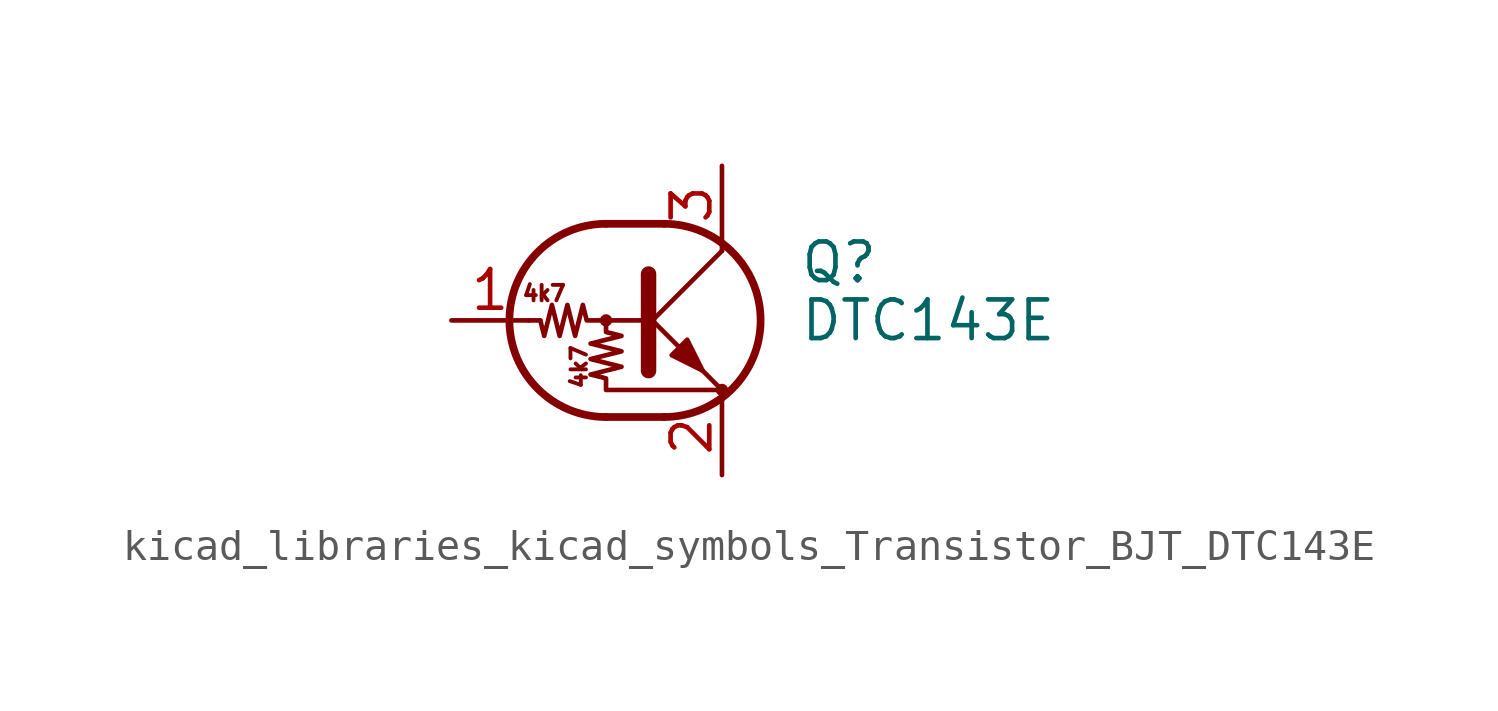
<source format=kicad_sym>
(kicad_symbol_lib
  (version 20220914)
  (generator kicad_symbol_editor)
  (symbol "kicad_libraries_kicad_symbols_Transistor_BJT_DTC143E"
    (pin_names
      (offset 0) hide)
    (property "Reference" "Q"
      (at 5.08 1.905 0)
      (effects (font (size 1.27 1.27)) (justify left)))
    (property "Value" "DTC143E"
      (at 5.08 0 0)
      (effects (font (size 1.27 1.27)) (justify left)))
    (symbol "kicad_libraries_kicad_symbols_Transistor_BJT_DTC143E_0_0"
      (text "4k7" (at -3.302 0.889 0) (effects (font (size 0.508 0.508))))
      (text "4k7" (at -2.159 -1.524 900) (effects (font (size 0.508 0.508)))))
    (symbol "kicad_libraries_kicad_symbols_Transistor_BJT_DTC143E_0_1"
      (circle (center -1.27 0) (radius 0.127) (stroke (width 0) (type default)) (fill (type none)))
      (arc (start -1.27 3.175) (mid -4.4312 0) (end -1.27 -3.175) (stroke (width 0.254) (type default)) (fill (type none)))
      (polyline (pts (xy -3.429 0) (xy -3.81 0)) (stroke (width 0) (type default)) (fill (type none)))
      (polyline (pts (xy -1.27 -3.175) (xy 0.635 -3.175)) (stroke (width 0.254) (type default)) (fill (type none)))
      (polyline (pts (xy -1.27 3.175) (xy 0.635 3.175)) (stroke (width 0.254) (type default)) (fill (type none)))
      (polyline (pts (xy 0 -0.254) (xy 2.54 2.286)) (stroke (width 0) (type default)) (fill (type none)))
      (polyline (pts (xy 0.127 1.524) (xy 0.127 -1.651)) (stroke (width 0.508) (type default)) (fill (type outline)))
      (polyline (pts (xy 2.54 2.286) (xy 2.54 2.54)) (stroke (width 0) (type default)) (fill (type none)))
      (polyline (pts (xy 2.54 -2.286) (xy 0 0.254) (xy 0 0.254)) (stroke (width 0) (type default)) (fill (type none)))
      (polyline (pts (xy 0.889 -1.143) (xy 1.397 -0.635) (xy 1.905 -1.651) (xy 0.889 -1.143)) (stroke (width 0) (type default)) (fill (type outline)))
      (polyline (pts (xy 0 0) (xy -1.905 0) (xy -2.032 0.508) (xy -2.286 -0.508) (xy -2.54 0.508) (xy -2.794 -0.508) (xy -3.048 0.508) (xy -3.302 -0.508) (xy -3.429 0)) (stroke (width 0) (type default)) (fill (type none)))
      (polyline (pts (xy -1.27 0) (xy -1.27 -0.381) (xy -0.762 -0.508) (xy -1.778 -0.762) (xy -0.762 -1.016) (xy -1.778 -1.27) (xy -0.762 -1.524) (xy -1.778 -1.778) (xy -1.27 -1.905) (xy -1.27 -2.286) (xy 2.54 -2.286)) (stroke (width 0) (type default)) (fill (type none)))
      (arc (start 0.635 -3.175) (mid 3.7962 0) (end 0.635 3.175) (stroke (width 0.254) (type default)) (fill (type none)))
      (circle (center 2.54 -2.286) (radius 0.127) (stroke (width 0) (type default)) (fill (type none))))
    (symbol "kicad_libraries_kicad_symbols_Transistor_BJT_DTC143E_1_1"
      (pin input line (at -6.35 0 0) (length 2.54) (name "B" (effects (font (size 1.27 1.27)))) (number "1" (effects (font (size 1.27 1.27)))))
      (pin passive line (at 2.54 -5.08 90) (length 2.54) (name "E" (effects (font (size 1.27 1.27)))) (number "2" (effects (font (size 1.27 1.27)))))
      (pin passive line (at 2.54 5.08 270) (length 2.54) (name "C" (effects (font (size 1.27 1.27)))) (number "3" (effects (font (size 1.27 1.27))))))))
</source>
